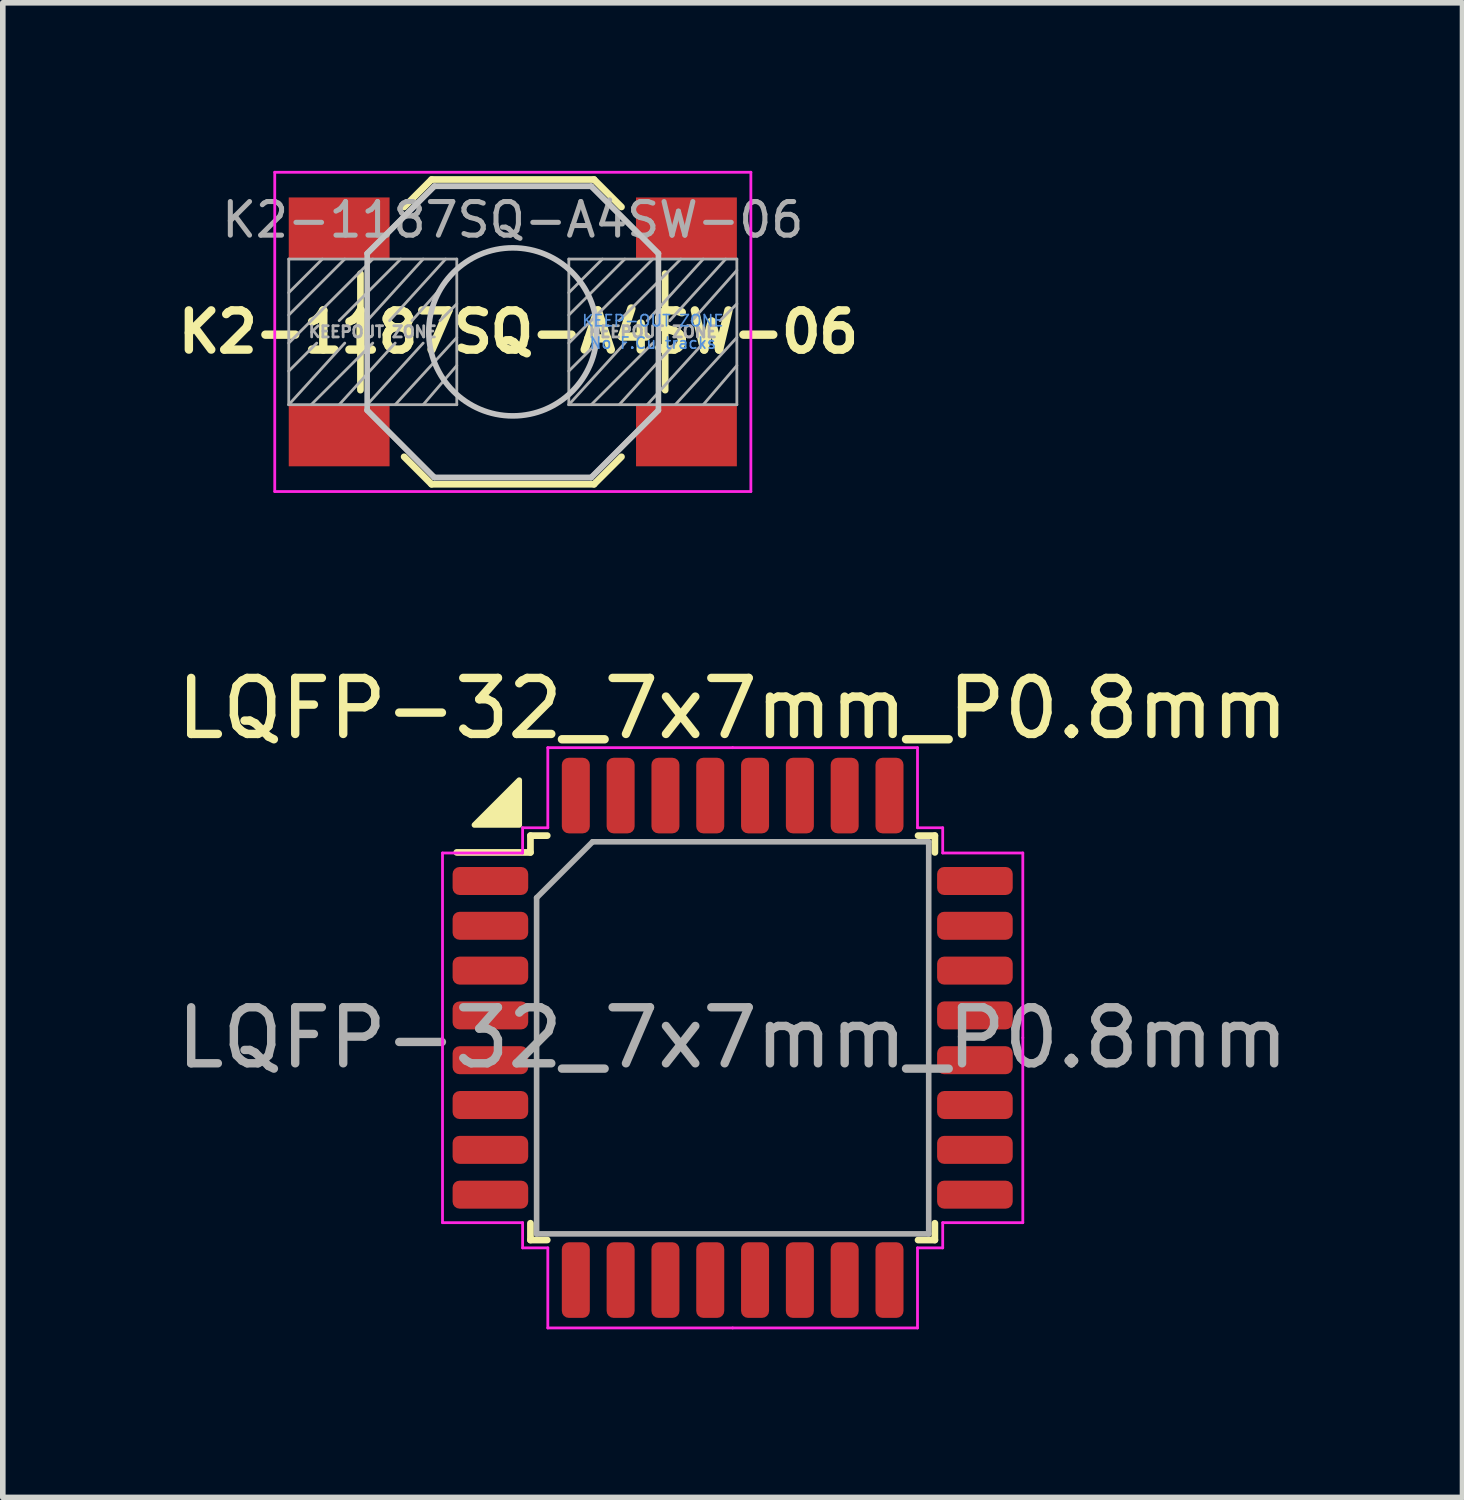
<source format=kicad_pcb>
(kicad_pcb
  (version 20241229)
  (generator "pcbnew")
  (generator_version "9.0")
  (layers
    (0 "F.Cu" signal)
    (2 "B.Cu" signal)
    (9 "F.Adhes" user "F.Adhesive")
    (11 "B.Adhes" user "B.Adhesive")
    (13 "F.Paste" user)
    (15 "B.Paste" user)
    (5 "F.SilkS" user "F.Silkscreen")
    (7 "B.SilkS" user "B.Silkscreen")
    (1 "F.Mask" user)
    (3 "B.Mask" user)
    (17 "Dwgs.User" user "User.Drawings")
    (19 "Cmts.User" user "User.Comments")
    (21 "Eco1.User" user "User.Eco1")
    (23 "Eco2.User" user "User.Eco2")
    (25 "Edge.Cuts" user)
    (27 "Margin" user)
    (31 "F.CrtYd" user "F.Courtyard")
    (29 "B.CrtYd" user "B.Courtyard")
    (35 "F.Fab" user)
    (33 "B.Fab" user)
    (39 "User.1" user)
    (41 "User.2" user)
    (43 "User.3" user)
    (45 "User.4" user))
  (footprint "K2-1187SQ-A4SW-06"
    (layer "F.Cu")
    (at 6.105 2.875)
    (property "Reference" "K2-1187SQ-A4SW-06" (at 0.1 0 180) (layer "F.SilkS") (effects (font (size 0.7 0.7) (thickness 0.15))))
    (attr smd)
    (fp_line (start -2.72 1.04) (end -2.72 -1.04) (stroke (width 0.12) (type solid)) (layer "F.SilkS"))
    (fp_line (start -1.45 -2.72) (end -1.94 -2.23) (stroke (width 0.12) (type solid)) (layer "F.SilkS"))
    (fp_line (start -1.45 -2.72) (end 1.45 -2.72) (stroke (width 0.12) (type solid)) (layer "F.SilkS"))
    (fp_line (start -1.45 2.72) (end -1.94 2.23) (stroke (width 0.12) (type solid)) (layer "F.SilkS"))
    (fp_line (start -1.45 2.72) (end 1.45 2.72) (stroke (width 0.12) (type solid)) (layer "F.SilkS"))
    (fp_line (start 1.45 -2.72) (end 1.94 -2.23) (stroke (width 0.12) (type solid)) (layer "F.SilkS"))
    (fp_line (start 1.45 2.72) (end 1.94 2.23) (stroke (width 0.12) (type solid)) (layer "F.SilkS"))
    (fp_line (start 2.72 1.04) (end 2.72 -1.04) (stroke (width 0.12) (type solid)) (layer "F.SilkS"))
    (fp_line (start -2.6 -1.4) (end -1.4 -2.6) (stroke (width 0.1) (type solid)) (layer "Dwgs.User"))
    (fp_line (start -2.6 1.4) (end -2.6 -1.4) (stroke (width 0.1) (type solid)) (layer "Dwgs.User"))
    (fp_line (start -1.4 -2.6) (end 1.4 -2.6) (stroke (width 0.1) (type solid)) (layer "Dwgs.User"))
    (fp_line (start -1.4 2.6) (end -2.6 1.4) (stroke (width 0.1) (type solid)) (layer "Dwgs.User"))
    (fp_line (start 1.4 -2.6) (end 2.6 -1.4) (stroke (width 0.1) (type solid)) (layer "Dwgs.User"))
    (fp_line (start 1.4 2.6) (end -1.4 2.6) (stroke (width 0.1) (type solid)) (layer "Dwgs.User"))
    (fp_line (start 2.6 -1.4) (end 2.6 1.4) (stroke (width 0.1) (type solid)) (layer "Dwgs.User"))
    (fp_line (start 2.6 1.4) (end 1.4 2.6) (stroke (width 0.1) (type solid)) (layer "Dwgs.User"))
    (fp_circle (center 0 0) (end 1.5 0) (stroke (width 0.1) (type solid)) (fill no) (layer "Dwgs.User"))
    (fp_line (start -4.25 -2.85) (end -4.25 2.85) (stroke (width 0.05) (type solid)) (layer "F.CrtYd"))
    (fp_line (start -4.25 2.85) (end 4.25 2.85) (stroke (width 0.05) (type solid)) (layer "F.CrtYd"))
    (fp_line (start 4.25 -2.85) (end -4.25 -2.85) (stroke (width 0.05) (type solid)) (layer "F.CrtYd"))
    (fp_line (start 4.25 2.85) (end 4.25 -2.85) (stroke (width 0.05) (type solid)) (layer "F.CrtYd"))
    (fp_line (start -4 -1.3) (end -1 -1.3) (stroke (width 0.05) (type solid)) (layer "F.Fab"))
    (fp_line (start -4 -0.7) (end -3.4 -1.3) (stroke (width 0.05) (type solid)) (layer "F.Fab"))
    (fp_line (start -4 -0.3) (end -3 -1.3) (stroke (width 0.05) (type solid)) (layer "F.Fab"))
    (fp_line (start -4 0.2) (end -2.5 -1.3) (stroke (width 0.05) (type solid)) (layer "F.Fab"))
    (fp_line (start -4 0.7) (end -3.5 0.2) (stroke (width 0.05) (type solid)) (layer "F.Fab"))
    (fp_line (start -4 1.3) (end -4 -1.3) (stroke (width 0.05) (type solid)) (layer "F.Fab"))
    (fp_line (start -4 1.3) (end -3 0.2) (stroke (width 0.05) (type solid)) (layer "F.Fab"))
    (fp_line (start -3.1 1.3) (end -2.1 0.2) (stroke (width 0.05) (type solid)) (layer "F.Fab"))
    (fp_line (start -2.6 -1.4) (end -1.4 -2.6) (stroke (width 0.1) (type solid)) (layer "F.Fab"))
    (fp_line (start -2.6 1.3) (end -1.6 0.2) (stroke (width 0.05) (type solid)) (layer "F.Fab"))
    (fp_line (start -2.5 0.2) (end -3.6 1.3) (stroke (width 0.05) (type solid)) (layer "F.Fab"))
    (fp_line (start -2.2 -0.2) (end -1.2 -1.3) (stroke (width 0.05) (type solid)) (layer "F.Fab"))
    (fp_line (start -2.1 1.3) (end -1 0.1) (stroke (width 0.05) (type solid)) (layer "F.Fab"))
    (fp_line (start -2 -1.3) (end -3.1 -0.2) (stroke (width 0.05) (type solid)) (layer "F.Fab"))
    (fp_line (start -1.6 -1.3) (end -2.6 -0.2) (stroke (width 0.05) (type solid)) (layer "F.Fab"))
    (fp_line (start -1.403 2.597) (end -2.603 1.397) (stroke (width 0.1) (type solid)) (layer "F.Fab"))
    (fp_line (start -1.4 -2.6) (end 1.4 -2.6) (stroke (width 0.1) (type solid)) (layer "F.Fab"))
    (fp_line (start -1 -1.3) (end -1 1.3) (stroke (width 0.05) (type solid)) (layer "F.Fab"))
    (fp_line (start -1 -1.1) (end -1.8 -0.2) (stroke (width 0.05) (type solid)) (layer "F.Fab"))
    (fp_line (start -1 -0.5) (end -1.3 -0.2) (stroke (width 0.05) (type solid)) (layer "F.Fab"))
    (fp_line (start -1 0.6) (end -1.6 1.3) (stroke (width 0.05) (type solid)) (layer "F.Fab"))
    (fp_line (start -1 1.3) (end -4 1.3) (stroke (width 0.05) (type solid)) (layer "F.Fab"))
    (fp_line (start 1 -1.3) (end 4 -1.3) (stroke (width 0.05) (type solid)) (layer "F.Fab"))
    (fp_line (start 1 -0.7) (end 1.6 -1.3) (stroke (width 0.05) (type solid)) (layer "F.Fab"))
    (fp_line (start 1 -0.3) (end 2 -1.3) (stroke (width 0.05) (type solid)) (layer "F.Fab"))
    (fp_line (start 1 0.2) (end 2.5 -1.3) (stroke (width 0.05) (type solid)) (layer "F.Fab"))
    (fp_line (start 1 0.7) (end 1.5 0.2) (stroke (width 0.05) (type solid)) (layer "F.Fab"))
    (fp_line (start 1 1.3) (end 1 -1.3) (stroke (width 0.05) (type solid)) (layer "F.Fab"))
    (fp_line (start 1 1.3) (end 2 0.2) (stroke (width 0.05) (type solid)) (layer "F.Fab"))
    (fp_line (start 1.4 -2.6) (end 2.6 -1.4) (stroke (width 0.1) (type solid)) (layer "F.Fab"))
    (fp_line (start 1.4 2.6) (end -1.4 2.6) (stroke (width 0.1) (type solid)) (layer "F.Fab"))
    (fp_line (start 1.9 1.3) (end 2.9 0.2) (stroke (width 0.05) (type solid)) (layer "F.Fab"))
    (fp_line (start 2.4 1.3) (end 3.4 0.2) (stroke (width 0.05) (type solid)) (layer "F.Fab"))
    (fp_line (start 2.5 0.2) (end 1.4 1.3) (stroke (width 0.05) (type solid)) (layer "F.Fab"))
    (fp_line (start 2.597 1.4) (end 1.397 2.6) (stroke (width 0.1) (type solid)) (layer "F.Fab"))
    (fp_line (start 2.8 -0.2) (end 3.8 -1.3) (stroke (width 0.05) (type solid)) (layer "F.Fab"))
    (fp_line (start 2.9 1.3) (end 4 0.1) (stroke (width 0.05) (type solid)) (layer "F.Fab"))
    (fp_line (start 3 -1.3) (end 1.9 -0.2) (stroke (width 0.05) (type solid)) (layer "F.Fab"))
    (fp_line (start 3.4 -1.3) (end 2.4 -0.2) (stroke (width 0.05) (type solid)) (layer "F.Fab"))
    (fp_line (start 4 -1.3) (end 4 1.3) (stroke (width 0.05) (type solid)) (layer "F.Fab"))
    (fp_line (start 4 -1.1) (end 3.2 -0.2) (stroke (width 0.05) (type solid)) (layer "F.Fab"))
    (fp_line (start 4 -0.5) (end 3.7 -0.2) (stroke (width 0.05) (type solid)) (layer "F.Fab"))
    (fp_line (start 4 0.6) (end 3.4 1.3) (stroke (width 0.05) (type solid)) (layer "F.Fab"))
    (fp_line (start 4 1.3) (end 1 1.3) (stroke (width 0.05) (type solid)) (layer "F.Fab"))
    (fp_text user "No F.Cu tracks" (at 2.5 0.2 0) (layer "Cmts.User") (effects (font (size 0.2 0.2) (thickness 0.03))))
    (fp_text user "KEEP-OUT ZONE" (at 2.5 -0.2 0) (layer "Cmts.User") (effects (font (size 0.2 0.2) (thickness 0.03))))
    (fp_text user "KEEPOUT ZONE" (at -2.5 0 180) (layer "F.Fab") (effects (font (size 0.2 0.2) (thickness 0.05))))
    (fp_text user "KEEPOUT ZONE" (at 2.5 0 180) (layer "F.Fab") (effects (font (size 0.2 0.2) (thickness 0.05))))
    (fp_text user "${REFERENCE}" (at 0 -2 180) (layer "F.Fab") (effects (font (size 0.6 0.6) (thickness 0.09))))
    (pad "1" smd rect (at -3.1 -1.85) (size 1.8 1.1) (layers "F.Cu" "F.Mask" "F.Paste"))
    (pad "1" smd rect (at 3.1 -1.85) (size 1.8 1.1) (layers "F.Cu" "F.Mask" "F.Paste"))
    (pad "2" smd rect (at -3.1 1.85) (size 1.8 1.1) (layers "F.Cu" "F.Mask" "F.Paste"))
    (pad "2" smd rect (at 3.1 1.85) (size 1.8 1.1) (layers "F.Cu" "F.Mask" "F.Paste")))
  (footprint "LQFP-32_7x7mm_P0.8mm"
    (layer "F.Cu")
    (at 10.03 15.478)
    (property "Reference" "LQFP-32_7x7mm_P0.8mm" (at 0 -5.88 0) (layer "F.SilkS") (effects (font (size 1 1) (thickness 0.15))))
    (attr smd)
    (fp_line (start -3.61 -3.61) (end -3.61 -3.31) (stroke (width 0.12) (type solid)) (layer "F.SilkS"))
    (fp_line (start -3.61 -3.31) (end -4.925 -3.31) (stroke (width 0.12) (type solid)) (layer "F.SilkS"))
    (fp_line (start -3.61 3.61) (end -3.61 3.31) (stroke (width 0.12) (type solid)) (layer "F.SilkS"))
    (fp_line (start -3.31 -3.61) (end -3.61 -3.61) (stroke (width 0.12) (type solid)) (layer "F.SilkS"))
    (fp_line (start -3.31 3.61) (end -3.61 3.61) (stroke (width 0.12) (type solid)) (layer "F.SilkS"))
    (fp_line (start 3.31 -3.61) (end 3.61 -3.61) (stroke (width 0.12) (type solid)) (layer "F.SilkS"))
    (fp_line (start 3.31 3.61) (end 3.61 3.61) (stroke (width 0.12) (type solid)) (layer "F.SilkS"))
    (fp_line (start 3.61 -3.61) (end 3.61 -3.31) (stroke (width 0.12) (type solid)) (layer "F.SilkS"))
    (fp_line (start 3.61 3.61) (end 3.61 3.31) (stroke (width 0.12) (type solid)) (layer "F.SilkS"))
    (fp_poly (pts (xy -3.81 -3.8) (xy -4.61 -3.8) (xy -3.81 -4.6)) (stroke (width 0.1) (type solid)) (fill yes) (layer "F.SilkS"))
    (fp_line (start -5.18 -3.3) (end -5.18 0) (stroke (width 0.05) (type solid)) (layer "F.CrtYd"))
    (fp_line (start -5.18 3.3) (end -5.18 0) (stroke (width 0.05) (type solid)) (layer "F.CrtYd"))
    (fp_line (start -3.75 -3.75) (end -3.75 -3.3) (stroke (width 0.05) (type solid)) (layer "F.CrtYd"))
    (fp_line (start -3.75 -3.3) (end -5.18 -3.3) (stroke (width 0.05) (type solid)) (layer "F.CrtYd"))
    (fp_line (start -3.75 3.3) (end -5.18 3.3) (stroke (width 0.05) (type solid)) (layer "F.CrtYd"))
    (fp_line (start -3.75 3.75) (end -3.75 3.3) (stroke (width 0.05) (type solid)) (layer "F.CrtYd"))
    (fp_line (start -3.3 -5.18) (end -3.3 -3.75) (stroke (width 0.05) (type solid)) (layer "F.CrtYd"))
    (fp_line (start -3.3 -3.75) (end -3.75 -3.75) (stroke (width 0.05) (type solid)) (layer "F.CrtYd"))
    (fp_line (start -3.3 3.75) (end -3.75 3.75) (stroke (width 0.05) (type solid)) (layer "F.CrtYd"))
    (fp_line (start -3.3 5.18) (end -3.3 3.75) (stroke (width 0.05) (type solid)) (layer "F.CrtYd"))
    (fp_line (start 0 -5.18) (end -3.3 -5.18) (stroke (width 0.05) (type solid)) (layer "F.CrtYd"))
    (fp_line (start 0 -5.18) (end 3.3 -5.18) (stroke (width 0.05) (type solid)) (layer "F.CrtYd"))
    (fp_line (start 0 5.18) (end -3.3 5.18) (stroke (width 0.05) (type solid)) (layer "F.CrtYd"))
    (fp_line (start 0 5.18) (end 3.3 5.18) (stroke (width 0.05) (type solid)) (layer "F.CrtYd"))
    (fp_line (start 3.3 -5.18) (end 3.3 -3.75) (stroke (width 0.05) (type solid)) (layer "F.CrtYd"))
    (fp_line (start 3.3 -3.75) (end 3.75 -3.75) (stroke (width 0.05) (type solid)) (layer "F.CrtYd"))
    (fp_line (start 3.3 3.75) (end 3.75 3.75) (stroke (width 0.05) (type solid)) (layer "F.CrtYd"))
    (fp_line (start 3.3 5.18) (end 3.3 3.75) (stroke (width 0.05) (type solid)) (layer "F.CrtYd"))
    (fp_line (start 3.75 -3.75) (end 3.75 -3.3) (stroke (width 0.05) (type solid)) (layer "F.CrtYd"))
    (fp_line (start 3.75 -3.3) (end 5.18 -3.3) (stroke (width 0.05) (type solid)) (layer "F.CrtYd"))
    (fp_line (start 3.75 3.3) (end 5.18 3.3) (stroke (width 0.05) (type solid)) (layer "F.CrtYd"))
    (fp_line (start 3.75 3.75) (end 3.75 3.3) (stroke (width 0.05) (type solid)) (layer "F.CrtYd"))
    (fp_line (start 5.18 -3.3) (end 5.18 0) (stroke (width 0.05) (type solid)) (layer "F.CrtYd"))
    (fp_line (start 5.18 3.3) (end 5.18 0) (stroke (width 0.05) (type solid)) (layer "F.CrtYd"))
    (fp_line (start -3.5 -2.5) (end -2.5 -3.5) (stroke (width 0.1) (type solid)) (layer "F.Fab"))
    (fp_line (start -3.5 3.5) (end -3.5 -2.5) (stroke (width 0.1) (type solid)) (layer "F.Fab"))
    (fp_line (start -2.5 -3.5) (end 3.5 -3.5) (stroke (width 0.1) (type solid)) (layer "F.Fab"))
    (fp_line (start 3.5 -3.5) (end 3.5 3.5) (stroke (width 0.1) (type solid)) (layer "F.Fab"))
    (fp_line (start 3.5 3.5) (end -3.5 3.5) (stroke (width 0.1) (type solid)) (layer "F.Fab"))
    (fp_text user "${REFERENCE}" (at 0 0 0) (layer "F.Fab") (effects (font (size 1 1) (thickness 0.15))))
    (pad "1" smd roundrect (at -4.325 -2.8) (size 1.35 0.5) (layers "F.Cu" "F.Mask" "F.Paste") (roundrect_rratio 0.25))
    (pad "2" smd roundrect (at -4.325 -2) (size 1.35 0.5) (layers "F.Cu" "F.Mask" "F.Paste") (roundrect_rratio 0.25))
    (pad "3" smd roundrect (at -4.325 -1.2) (size 1.35 0.5) (layers "F.Cu" "F.Mask" "F.Paste") (roundrect_rratio 0.25))
    (pad "4" smd roundrect (at -4.325 -0.4) (size 1.35 0.5) (layers "F.Cu" "F.Mask" "F.Paste") (roundrect_rratio 0.25))
    (pad "5" smd roundrect (at -4.325 0.4) (size 1.35 0.5) (layers "F.Cu" "F.Mask" "F.Paste") (roundrect_rratio 0.25))
    (pad "6" smd roundrect (at -4.325 1.2) (size 1.35 0.5) (layers "F.Cu" "F.Mask" "F.Paste") (roundrect_rratio 0.25))
    (pad "7" smd roundrect (at -4.325 2) (size 1.35 0.5) (layers "F.Cu" "F.Mask" "F.Paste") (roundrect_rratio 0.25))
    (pad "8" smd roundrect (at -4.325 2.8) (size 1.35 0.5) (layers "F.Cu" "F.Mask" "F.Paste") (roundrect_rratio 0.25))
    (pad "9" smd roundrect (at -2.8 4.325) (size 0.5 1.35) (layers "F.Cu" "F.Mask" "F.Paste") (roundrect_rratio 0.25))
    (pad "10" smd roundrect (at -2 4.325) (size 0.5 1.35) (layers "F.Cu" "F.Mask" "F.Paste") (roundrect_rratio 0.25))
    (pad "11" smd roundrect (at -1.2 4.325) (size 0.5 1.35) (layers "F.Cu" "F.Mask" "F.Paste") (roundrect_rratio 0.25))
    (pad "12" smd roundrect (at -0.4 4.325) (size 0.5 1.35) (layers "F.Cu" "F.Mask" "F.Paste") (roundrect_rratio 0.25))
    (pad "13" smd roundrect (at 0.4 4.325) (size 0.5 1.35) (layers "F.Cu" "F.Mask" "F.Paste") (roundrect_rratio 0.25))
    (pad "14" smd roundrect (at 1.2 4.325) (size 0.5 1.35) (layers "F.Cu" "F.Mask" "F.Paste") (roundrect_rratio 0.25))
    (pad "15" smd roundrect (at 2 4.325) (size 0.5 1.35) (layers "F.Cu" "F.Mask" "F.Paste") (roundrect_rratio 0.25))
    (pad "16" smd roundrect (at 2.8 4.325) (size 0.5 1.35) (layers "F.Cu" "F.Mask" "F.Paste") (roundrect_rratio 0.25))
    (pad "17" smd roundrect (at 4.325 2.8) (size 1.35 0.5) (layers "F.Cu" "F.Mask" "F.Paste") (roundrect_rratio 0.25))
    (pad "18" smd roundrect (at 4.325 2) (size 1.35 0.5) (layers "F.Cu" "F.Mask" "F.Paste") (roundrect_rratio 0.25))
    (pad "19" smd roundrect (at 4.325 1.2) (size 1.35 0.5) (layers "F.Cu" "F.Mask" "F.Paste") (roundrect_rratio 0.25))
    (pad "20" smd roundrect (at 4.325 0.4) (size 1.35 0.5) (layers "F.Cu" "F.Mask" "F.Paste") (roundrect_rratio 0.25))
    (pad "21" smd roundrect (at 4.325 -0.4) (size 1.35 0.5) (layers "F.Cu" "F.Mask" "F.Paste") (roundrect_rratio 0.25))
    (pad "22" smd roundrect (at 4.325 -1.2) (size 1.35 0.5) (layers "F.Cu" "F.Mask" "F.Paste") (roundrect_rratio 0.25))
    (pad "23" smd roundrect (at 4.325 -2) (size 1.35 0.5) (layers "F.Cu" "F.Mask" "F.Paste") (roundrect_rratio 0.25))
    (pad "24" smd roundrect (at 4.325 -2.8) (size 1.35 0.5) (layers "F.Cu" "F.Mask" "F.Paste") (roundrect_rratio 0.25))
    (pad "25" smd roundrect (at 2.8 -4.325) (size 0.5 1.35) (layers "F.Cu" "F.Mask" "F.Paste") (roundrect_rratio 0.25))
    (pad "26" smd roundrect (at 2 -4.325) (size 0.5 1.35) (layers "F.Cu" "F.Mask" "F.Paste") (roundrect_rratio 0.25))
    (pad "27" smd roundrect (at 1.2 -4.325) (size 0.5 1.35) (layers "F.Cu" "F.Mask" "F.Paste") (roundrect_rratio 0.25))
    (pad "28" smd roundrect (at 0.4 -4.325) (size 0.5 1.35) (layers "F.Cu" "F.Mask" "F.Paste") (roundrect_rratio 0.25))
    (pad "29" smd roundrect (at -0.4 -4.325) (size 0.5 1.35) (layers "F.Cu" "F.Mask" "F.Paste") (roundrect_rratio 0.25))
    (pad "30" smd roundrect (at -1.2 -4.325) (size 0.5 1.35) (layers "F.Cu" "F.Mask" "F.Paste") (roundrect_rratio 0.25))
    (pad "31" smd roundrect (at -2 -4.325) (size 0.5 1.35) (layers "F.Cu" "F.Mask" "F.Paste") (roundrect_rratio 0.25))
    (pad "32" smd roundrect (at -2.8 -4.325) (size 0.5 1.35) (layers "F.Cu" "F.Mask" "F.Paste") (roundrect_rratio 0.25)))
  (gr_rect
    (start -3 -3)
    (end 23.06 23.683)
    (stroke (width 0.1) (type default))
    (fill no)
    (layer "Edge.Cuts")))
</source>
